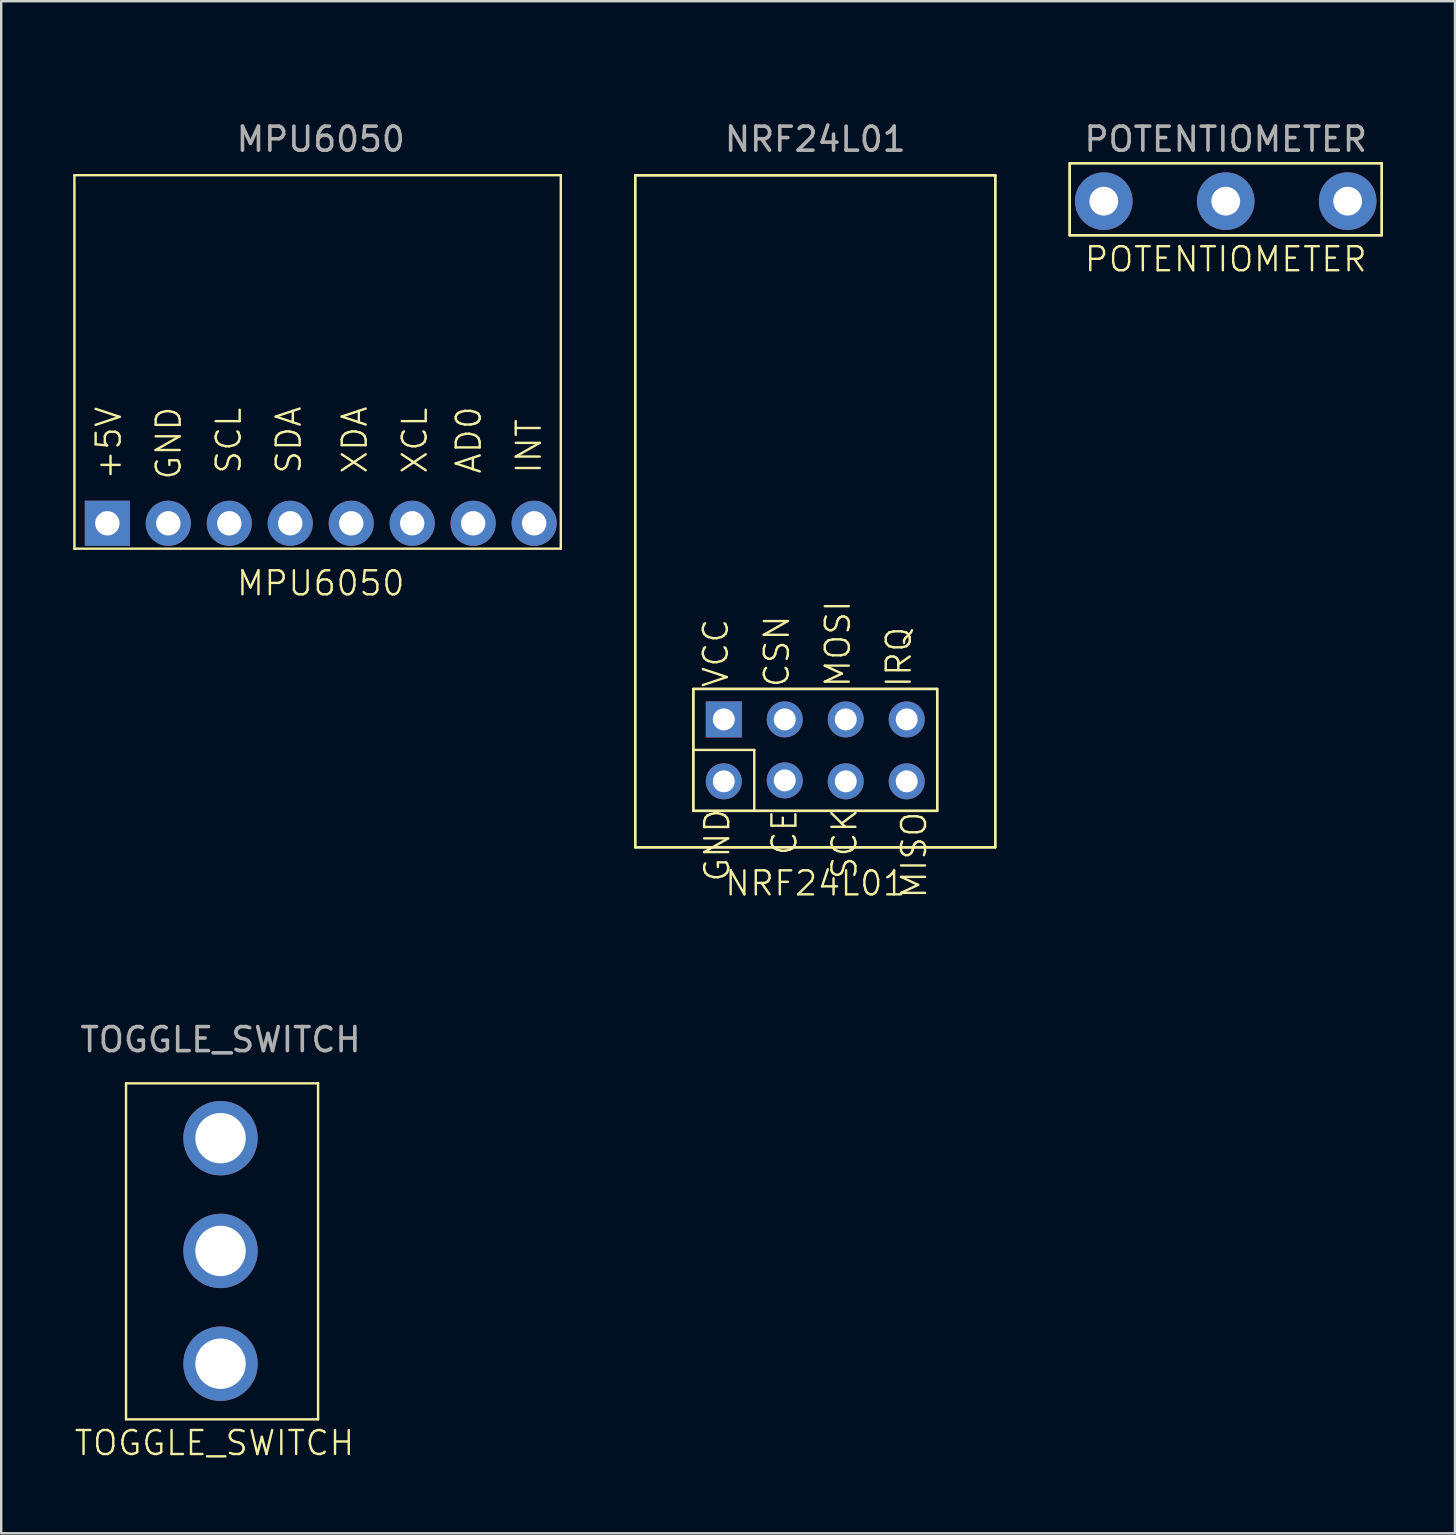
<source format=kicad_pcb>
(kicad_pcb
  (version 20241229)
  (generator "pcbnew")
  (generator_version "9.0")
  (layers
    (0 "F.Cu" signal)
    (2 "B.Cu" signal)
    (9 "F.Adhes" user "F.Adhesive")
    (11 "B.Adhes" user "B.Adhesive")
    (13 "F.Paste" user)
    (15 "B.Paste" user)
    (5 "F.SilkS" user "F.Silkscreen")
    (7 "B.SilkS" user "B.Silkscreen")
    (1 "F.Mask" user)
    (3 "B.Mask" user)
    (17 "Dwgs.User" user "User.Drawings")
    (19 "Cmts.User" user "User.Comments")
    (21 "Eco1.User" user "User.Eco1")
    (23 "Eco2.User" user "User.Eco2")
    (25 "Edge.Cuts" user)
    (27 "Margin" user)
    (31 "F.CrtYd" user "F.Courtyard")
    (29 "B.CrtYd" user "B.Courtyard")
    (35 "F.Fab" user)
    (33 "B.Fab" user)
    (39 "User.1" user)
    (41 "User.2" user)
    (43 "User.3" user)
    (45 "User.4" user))
  (footprint "POTENTIOMETER"
    (layer "F.Cu")
    (at 48.012 0.25)
    (property "Reference" "POTENTIOMETER" (at 0 7.5 0) (unlocked yes) (layer "F.SilkS") (effects (font (size 1 1) (thickness 0.1))))
    (attr through_hole)
    (fp_line (start -6.5 3.5) (end 6.5 3.5) (stroke (width 0.1) (type default)) (layer "F.SilkS"))
    (fp_line (start -6.5 6.5) (end -6.5 3.5) (stroke (width 0.1) (type default)) (layer "F.SilkS"))
    (fp_line (start 6.5 3.5) (end 6.5 6.5) (stroke (width 0.1) (type default)) (layer "F.SilkS"))
    (fp_line (start 6.5 6.5) (end -6.5 6.5) (stroke (width 0.1) (type default)) (layer "F.SilkS"))
    (fp_rect (start -6.5 3.5) (end 6.5 6.5) (stroke (width 0.1) (type default)) (fill no) (layer "F.SilkS"))
    (fp_text user "${REFERENCE}" (at 0 2.5 0) (unlocked yes) (layer "F.Fab") (effects (font (size 1 1) (thickness 0.15))))
    (pad "1" thru_hole circle (at -5.08 5.08) (size 2.4 2.4) (drill 1.2) (layers "*.Cu" "*.Mask"))
    (pad "2" thru_hole circle (at 0 5.08) (size 2.4 2.4) (drill 1.2) (layers "*.Cu" "*.Mask"))
    (pad "3" thru_hole circle (at 5.08 5.08) (size 2.4 2.4) (drill 1.2) (layers "*.Cu" "*.Mask"))
    (zone (net_name "") (layer "F.SilkS") (hatch edge 0.5) (connect_pads) (min_thickness 0.25) (filled_areas_thickness no) (keepout (tracks allowed) (vias allowed) (pads not_allowed) (copperpour allowed) (footprints not_allowed)) (placement (enabled no)) (fill) (polygon (pts (xy 41.512 3.75) (xy 54.512 3.75) (xy 54.512 6.75) (xy 41.512 6.75)))))
  (footprint "TOGGLE_SWITCH"
    (layer "F.Cu")
    (at 6.137 37.761)
    (property "Reference" "TOGGLE_SWITCH" (at -0.254 19.304 0) (unlocked yes) (layer "F.SilkS") (effects (font (size 1 1) (thickness 0.1))))
    (attr through_hole)
    (fp_line (start -3.936 4.318) (end 4.064 4.318) (stroke (width 0.1) (type default)) (layer "F.SilkS"))
    (fp_line (start -3.936 18.318) (end -3.936 4.318) (stroke (width 0.1) (type default)) (layer "F.SilkS"))
    (fp_line (start 4.064 4.318) (end 4.064 18.318) (stroke (width 0.1) (type default)) (layer "F.SilkS"))
    (fp_line (start 4.064 18.318) (end -3.936 18.318) (stroke (width 0.1) (type default)) (layer "F.SilkS"))
    (fp_text user "${REFERENCE}" (at 0 2.5 0) (unlocked yes) (layer "F.Fab") (effects (font (size 1 1) (thickness 0.15))))
    (pad "1" thru_hole circle (at 0 16) (size 3.1 3.1) (drill 2.1) (layers "*.Cu" "*.Mask"))
    (pad "2" thru_hole circle (at 0 11.301) (size 3.1 3.1) (drill 2.1) (layers "*.Cu" "*.Mask"))
    (pad "3" thru_hole circle (at 0 6.604) (size 3.1 3.1) (drill 2.1) (layers "*.Cu" "*.Mask"))
    (zone (net_name "") (layer "F.SilkS") (hatch edge 0.5) (connect_pads) (min_thickness 0.25) (filled_areas_thickness no) (keepout (tracks allowed) (vias allowed) (pads not_allowed) (copperpour allowed) (footprints not_allowed)) (placement (enabled no)) (fill) (polygon (pts (xy 2.201 42.078) (xy 10.201 42.078) (xy 10.201 56.078) (xy 2.201 56.078)))))
  (footprint "MPU6050"
    (layer "F.Cu")
    (at 10.312 0.25)
    (property "Reference" "MPU6050" (at 0 21 0) (unlocked yes) (layer "F.SilkS") (effects (font (size 1 1) (thickness 0.1))))
    (attr through_hole)
    (fp_line (start -10.262 3.998) (end 10 3.998) (stroke (width 0.1) (type default)) (layer "F.SilkS"))
    (fp_line (start -10.262 19.558) (end -10.262 3.998) (stroke (width 0.1) (type default)) (layer "F.SilkS"))
    (fp_line (start 10 3.998) (end 10 19.558) (stroke (width 0.1) (type default)) (layer "F.SilkS"))
    (fp_line (start 10 19.558) (end -10.262 19.558) (stroke (width 0.1) (type default)) (layer "F.SilkS"))
    (fp_text user "XDA" (at 2 16.5 90) (unlocked yes) (layer "F.SilkS") (effects (font (size 1 1) (thickness 0.1)) (justify left bottom)))
    (fp_text user "GND" (at -5.75 16.75 90) (unlocked yes) (layer "F.SilkS") (effects (font (size 1 1) (thickness 0.1)) (justify left bottom)))
    (fp_text user "XCL" (at 4.5 16.5 90) (unlocked yes) (layer "F.SilkS") (effects (font (size 1 1) (thickness 0.1)) (justify left bottom)))
    (fp_text user "+5V" (at -8.25 16.75 90) (unlocked yes) (layer "F.SilkS") (effects (font (size 1 1) (thickness 0.1)) (justify left bottom)))
    (fp_text user "SCL" (at -3.25 16.5 90) (unlocked yes) (layer "F.SilkS") (effects (font (size 1 1) (thickness 0.1)) (justify left bottom)))
    (fp_text user "INT" (at 9.25 16.5 90) (unlocked yes) (layer "F.SilkS") (effects (font (size 1 1) (thickness 0.1)) (justify left bottom)))
    (fp_text user "SDA" (at -0.75 16.5 90) (unlocked yes) (layer "F.SilkS") (effects (font (size 1 1) (thickness 0.1)) (justify left bottom)))
    (fp_text user "AD0" (at 6.75 16.5 90) (unlocked yes) (layer "F.SilkS") (effects (font (size 1 1) (thickness 0.1)) (justify left bottom)))
    (fp_text user "${REFERENCE}" (at 0 2.5 0) (unlocked yes) (layer "F.Fab") (effects (font (size 1 1) (thickness 0.15))))
    (pad "1" thru_hole rect (at -8.89 18.5) (size 1.88 1.88) (drill 1.016) (layers "*.Cu" "*.Mask"))
    (pad "2" thru_hole circle (at -6.35 18.5) (size 1.88 1.88) (drill 1.016) (layers "*.Cu" "*.Mask"))
    (pad "3" thru_hole circle (at -3.81 18.5) (size 1.88 1.88) (drill 1.016) (layers "*.Cu" "*.Mask"))
    (pad "4" thru_hole circle (at -1.27 18.5) (size 1.88 1.88) (drill 1.016) (layers "*.Cu" "*.Mask"))
    (pad "5" thru_hole circle (at 1.27 18.5) (size 1.88 1.88) (drill 1.016) (layers "*.Cu" "*.Mask"))
    (pad "6" thru_hole circle (at 3.81 18.5) (size 1.88 1.88) (drill 1.016) (layers "*.Cu" "*.Mask"))
    (pad "7" thru_hole circle (at 6.35 18.5) (size 1.88 1.88) (drill 1.016) (layers "*.Cu" "*.Mask"))
    (pad "8" thru_hole circle (at 8.89 18.5) (size 1.88 1.88) (drill 1.016) (layers "*.Cu" "*.Mask"))
    (zone (net_name "") (layer "F.SilkS") (hatch edge 0.5) (connect_pads) (min_thickness 0.25) (filled_areas_thickness no) (keepout (tracks allowed) (vias allowed) (pads not_allowed) (copperpour allowed) (footprints not_allowed)) (placement (enabled no)) (fill) (polygon (pts (xy 0.05 4.248) (xy 20.312 4.248) (xy 20.312 19.808) (xy 0.05 19.808)))))
  (footprint "NRF24L01"
    (layer "F.Cu")
    (at 30.912 0.25)
    (property "Reference" "NRF24L01" (at 0 33.5 0) (unlocked yes) (layer "F.SilkS") (effects (font (size 1 1) (thickness 0.1))))
    (attr through_hole)
    (fp_line (start -7.5 4) (end 7.5 4) (stroke (width 0.1) (type default)) (layer "F.SilkS"))
    (fp_line (start -7.5 32) (end -7.5 4) (stroke (width 0.1) (type default)) (layer "F.SilkS"))
    (fp_line (start -5.08 25.4) (end 5.08 25.4) (stroke (width 0.1) (type default)) (layer "F.SilkS"))
    (fp_line (start -5.08 30.48) (end -5.08 25.4) (stroke (width 0.1) (type default)) (layer "F.SilkS"))
    (fp_line (start 5.08 25.4) (end 5.08 30.48) (stroke (width 0.1) (type default)) (layer "F.SilkS"))
    (fp_line (start 5.08 30.48) (end -5.08 30.48) (stroke (width 0.1) (type default)) (layer "F.SilkS"))
    (fp_line (start 7.5 4) (end 7.5 32) (stroke (width 0.1) (type default)) (layer "F.SilkS"))
    (fp_line (start 7.5 32) (end -7.5 32) (stroke (width 0.1) (type default)) (layer "F.SilkS"))
    (fp_rect (start -7.5 4) (end 7.5 32) (stroke (width 0.1) (type default)) (fill no) (layer "F.SilkS"))
    (fp_rect (start -5.08 25.4) (end 5.08 30.48) (stroke (width 0.1) (type default)) (fill no) (layer "F.SilkS"))
    (fp_rect (start -5.08 27.94) (end -2.54 27.94) (stroke (width 0.1) (type default)) (fill no) (layer "F.SilkS"))
    (fp_rect (start -2.54 27.94) (end -2.54 30.48) (stroke (width 0.1) (type default)) (fill no) (layer "F.SilkS"))
    (fp_text user "CE" (at -0.7 32.4 90) (unlocked yes) (layer "F.SilkS") (effects (font (size 1 1) (thickness 0.1)) (justify left bottom)))
    (fp_text user "IRQ" (at 4.064 25.4 90) (unlocked yes) (layer "F.SilkS") (effects (font (size 1 1) (thickness 0.1)) (justify left bottom)))
    (fp_text user "SCK" (at 1.8 33.4 90) (unlocked yes) (layer "F.SilkS") (effects (font (size 1 1) (thickness 0.1)) (justify left bottom)))
    (fp_text user "CSN" (at -1.016 25.4 90) (unlocked yes) (layer "F.SilkS") (effects (font (size 1 1) (thickness 0.1)) (justify left bottom)))
    (fp_text user "GND" (at -3.5 33.5 90) (unlocked yes) (layer "F.SilkS") (effects (font (size 1 1) (thickness 0.1)) (justify left bottom)))
    (fp_text user "MOSI" (at 1.524 25.4 90) (unlocked yes) (layer "F.SilkS") (effects (font (size 1 1) (thickness 0.1)) (justify left bottom)))
    (fp_text user "MISO" (at 4.7 34.2 90) (unlocked yes) (layer "F.SilkS") (effects (font (size 1 1) (thickness 0.1)) (justify left bottom)))
    (fp_text user "VCC" (at -3.556 25.4 90) (unlocked yes) (layer "F.SilkS") (effects (font (size 1 1) (thickness 0.1)) (justify left bottom)))
    (fp_text user "${REFERENCE}" (at 0 2.5 0) (unlocked yes) (layer "F.Fab") (effects (font (size 1 1) (thickness 0.15))))
    (pad "1" thru_hole rect (at -3.81 26.67 180) (size 1.499 1.499) (drill 0.914) (layers "*.Cu" "*.Mask"))
    (pad "2" thru_hole circle (at -3.81 29.25 90) (size 1.499 1.499) (drill 0.914) (layers "*.Cu" "*.Mask"))
    (pad "3" thru_hole circle (at -1.27 26.67) (size 1.499 1.499) (drill 0.914) (layers "*.Cu" "*.Mask"))
    (pad "4" thru_hole circle (at -1.27 29.21) (size 1.499 1.499) (drill 0.914) (layers "*.Cu" "*.Mask"))
    (pad "5" thru_hole circle (at 1.27 26.67 180) (size 1.499 1.499) (drill 0.914) (layers "*.Cu" "*.Mask"))
    (pad "6" thru_hole circle (at 1.27 29.25) (size 1.499 1.499) (drill 0.914) (layers "*.Cu" "*.Mask"))
    (pad "7" thru_hole circle (at 3.81 26.67) (size 1.499 1.499) (drill 0.914) (layers "*.Cu" "*.Mask"))
    (pad "8" thru_hole circle (at 3.81 29.25) (size 1.499 1.499) (drill 0.914) (layers "*.Cu" "*.Mask"))
    (zone (net_name "") (layer "F.SilkS") (hatch edge 0.5) (connect_pads) (min_thickness 0.25) (filled_areas_thickness no) (keepout (tracks allowed) (vias allowed) (pads not_allowed) (copperpour allowed) (footprints not_allowed)) (placement (enabled no)) (fill) (polygon (pts (xy 23.412 4.25) (xy 38.412 4.25) (xy 38.412 32.25) (xy 23.412 32.25))))
    (zone (net_name "") (layer "F.SilkS") (hatch edge 0.5) (connect_pads) (min_thickness 0.25) (filled_areas_thickness no) (keepout (tracks allowed) (vias allowed) (pads not_allowed) (copperpour allowed) (footprints not_allowed)) (placement (enabled no)) (fill) (polygon (pts (xy 25.832 25.65) (xy 35.992 25.65) (xy 35.992 30.73) (xy 25.832 30.73)))))
  (gr_rect
    (start -3 -3)
    (end 57.562 60.825)
    (stroke (width 0.1) (type default))
    (fill no)
    (layer "Edge.Cuts")))
</source>
